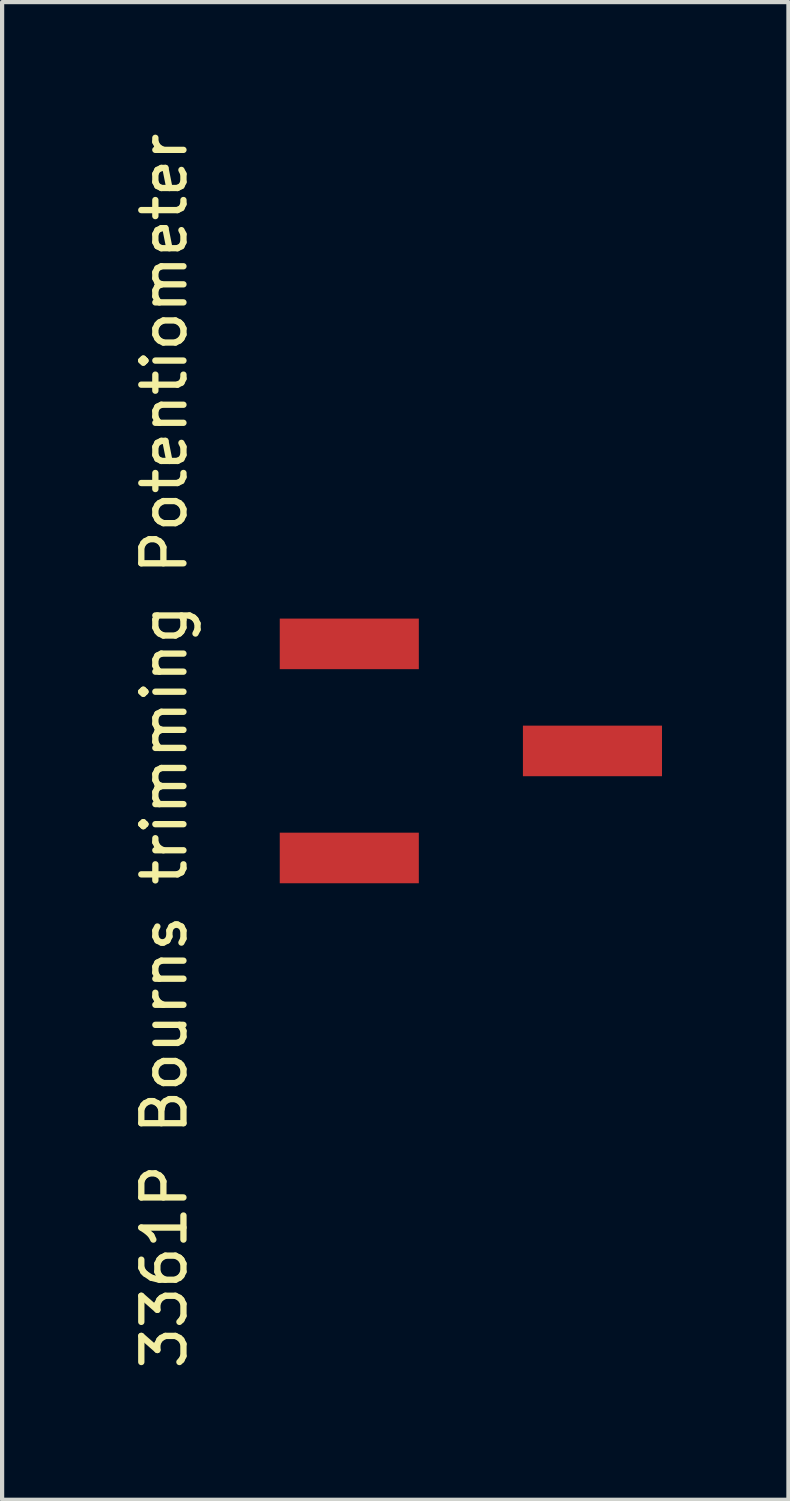
<source format=kicad_pcb>
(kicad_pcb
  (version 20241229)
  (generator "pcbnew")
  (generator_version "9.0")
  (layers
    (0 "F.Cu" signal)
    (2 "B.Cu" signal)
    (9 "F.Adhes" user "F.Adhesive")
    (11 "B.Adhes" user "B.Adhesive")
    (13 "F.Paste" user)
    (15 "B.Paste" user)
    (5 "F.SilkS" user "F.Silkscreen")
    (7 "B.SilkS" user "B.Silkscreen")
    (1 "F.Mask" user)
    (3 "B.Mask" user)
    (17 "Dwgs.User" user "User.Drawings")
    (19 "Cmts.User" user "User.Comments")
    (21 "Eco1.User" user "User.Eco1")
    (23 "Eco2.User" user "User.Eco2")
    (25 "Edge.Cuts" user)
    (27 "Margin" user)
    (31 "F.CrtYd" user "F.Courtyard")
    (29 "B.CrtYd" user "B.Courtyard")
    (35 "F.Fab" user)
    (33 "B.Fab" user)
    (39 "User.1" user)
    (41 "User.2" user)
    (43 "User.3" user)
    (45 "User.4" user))
  (footprint "3361P Bourns trimming Potentiometer"
    (layer "F.Cu")
    (at 7.062 14.491)
    (property "Reference" "3361P Bourns trimming Potentiometer" (at -6.214 0.277 270) (layer "F.SilkS") (effects (font (size 1 1) (thickness 0.15))))
    (attr through_hole)
    (pad "1" smd rect (at -1.824 -2.263 270) (size 1.2 3.3) (layers "F.Cu" "F.Mask" "F.Paste"))
    (pad "2" smd rect (at 3.946 0.277 270) (size 1.2 3.3) (layers "F.Cu" "F.Mask" "F.Paste"))
    (pad "3" smd rect (at -1.824 2.817 270) (size 1.2 3.3) (layers "F.Cu" "F.Mask" "F.Paste")))
  (gr_rect
    (start -3 -3)
    (end 15.658 32.536)
    (stroke (width 0.1) (type default))
    (fill no)
    (layer "Edge.Cuts")))
</source>
